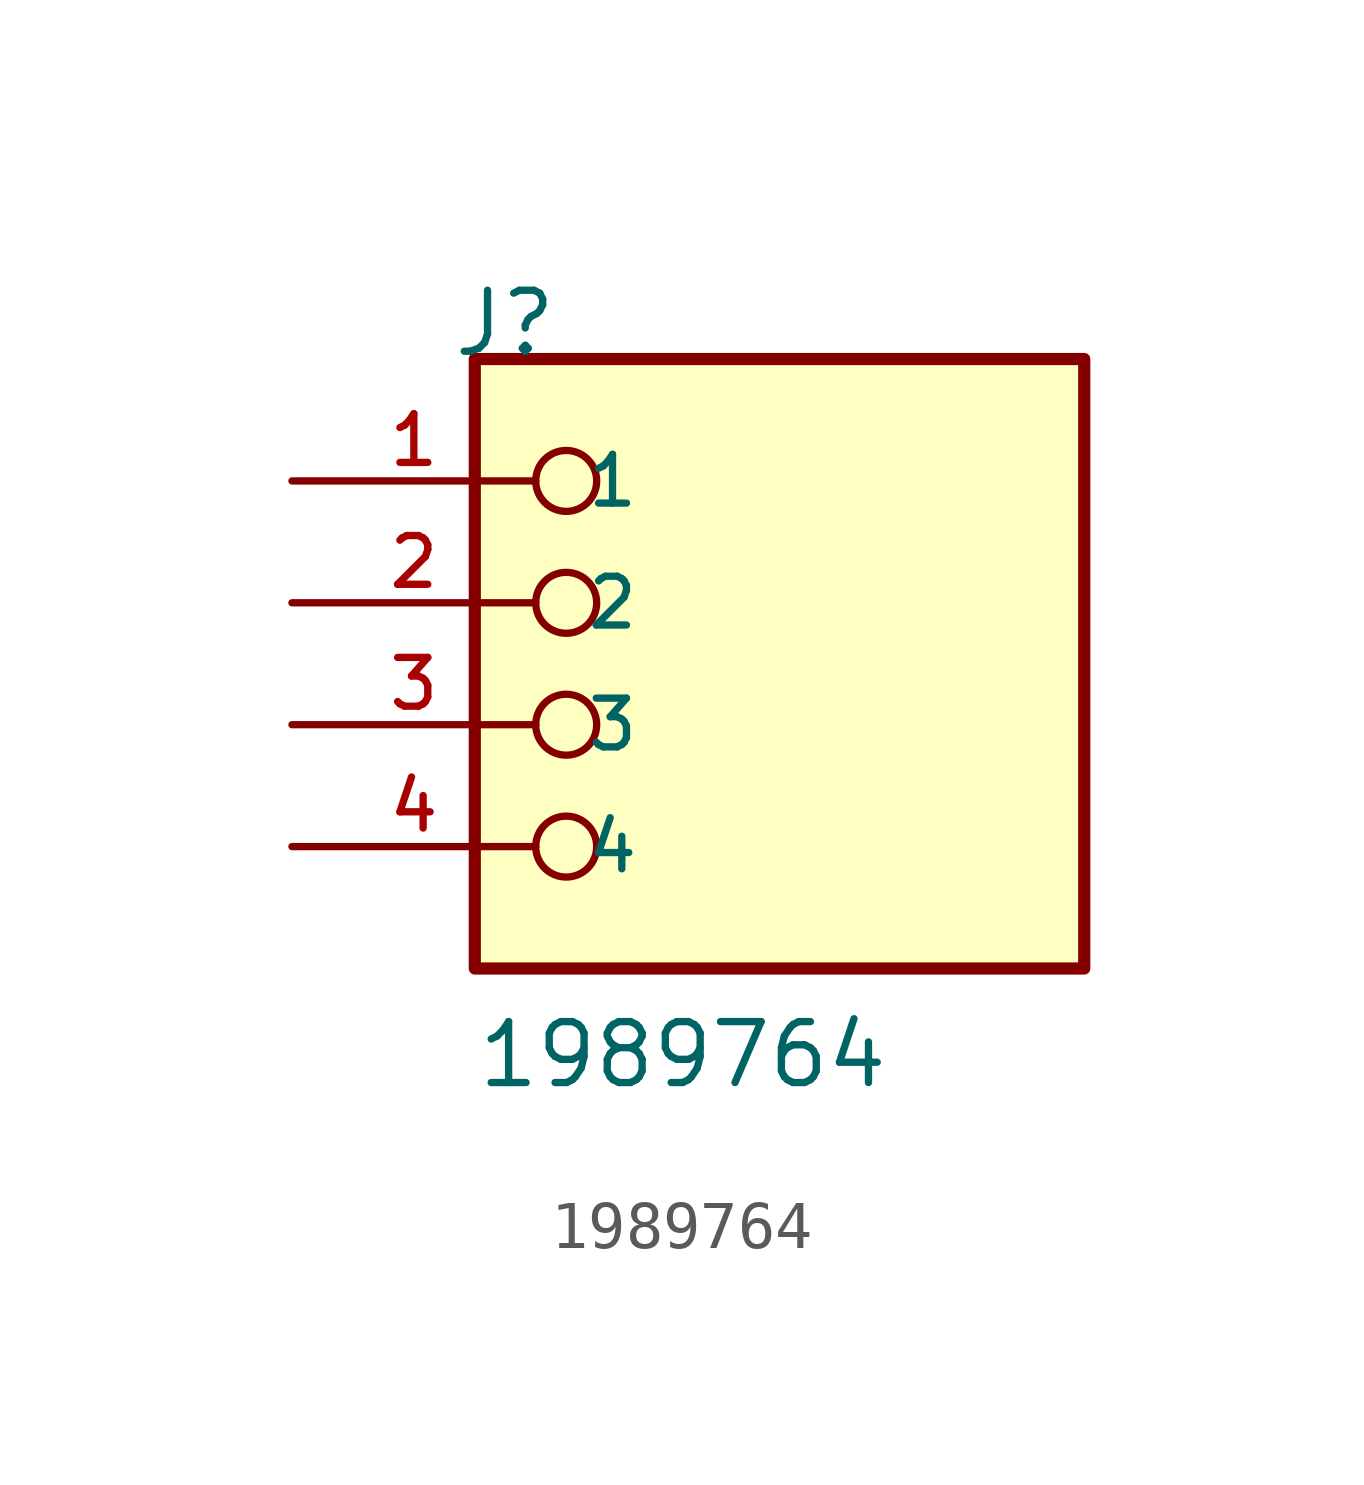
<source format=kicad_sym>
(kicad_symbol_lib
  (version 20211014)
  (generator kicad_symbol_editor)
  (symbol "1989764"
    (pin_names
      (offset 1.016))
    (property "Reference" "J"
      (at -6.85 7.62 0)
      (effects (font (size 1.27 1.27)) (justify bottom left)))
    (property "Value" "1989764"
      (at -6.35 -7.62 0)
      (effects (font (size 1.27 1.27)) (justify bottom left)))
    (symbol "1989764_0_0"
      (circle (center -4.445 5.08) (radius 0.635) (stroke (width 0.152)) (fill (type none)))
      (circle (center -4.445 2.54) (radius 0.635) (stroke (width 0.152)) (fill (type none)))
      (circle (center -4.445 0.0) (radius 0.635) (stroke (width 0.152)) (fill (type none)))
      (circle (center -4.445 -2.54) (radius 0.635) (stroke (width 0.152)) (fill (type none)))
      (rectangle (start -6.35 -5.08) (end 6.35 7.62) (stroke (width 0.254)) (fill (type background)))
      (pin passive line (at -10.16 5.08 0) (length 5.08) (name "1" (effects (font (size 1.016 1.016)))) (number "1" (effects (font (size 1.016 1.016)))))
      (pin passive line (at -10.16 2.54 0) (length 5.08) (name "2" (effects (font (size 1.016 1.016)))) (number "2" (effects (font (size 1.016 1.016)))))
      (pin passive line (at -10.16 0.0 0) (length 5.08) (name "3" (effects (font (size 1.016 1.016)))) (number "3" (effects (font (size 1.016 1.016)))))
      (pin passive line (at -10.16 -2.54 0) (length 5.08) (name "4" (effects (font (size 1.016 1.016)))) (number "4" (effects (font (size 1.016 1.016))))))))
</source>
